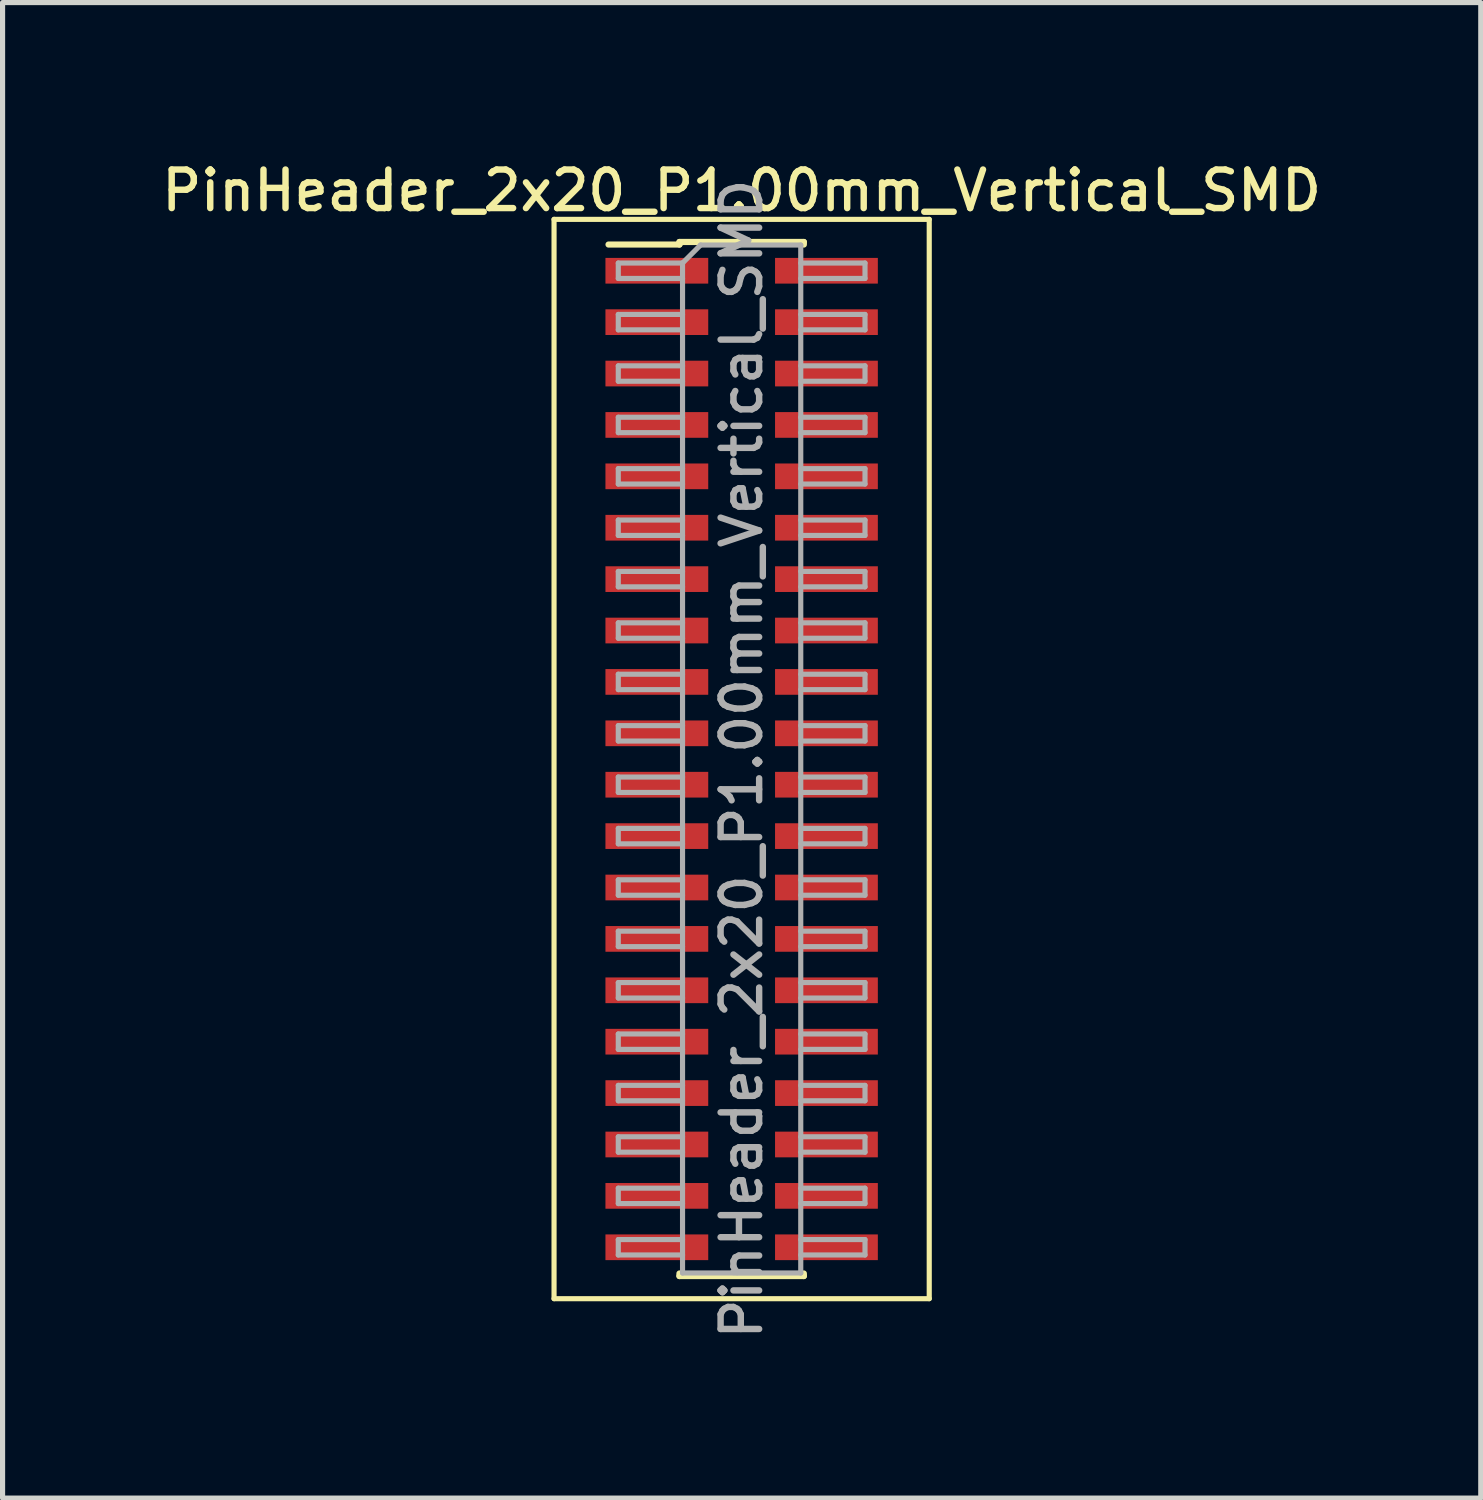
<source format=kicad_pcb>
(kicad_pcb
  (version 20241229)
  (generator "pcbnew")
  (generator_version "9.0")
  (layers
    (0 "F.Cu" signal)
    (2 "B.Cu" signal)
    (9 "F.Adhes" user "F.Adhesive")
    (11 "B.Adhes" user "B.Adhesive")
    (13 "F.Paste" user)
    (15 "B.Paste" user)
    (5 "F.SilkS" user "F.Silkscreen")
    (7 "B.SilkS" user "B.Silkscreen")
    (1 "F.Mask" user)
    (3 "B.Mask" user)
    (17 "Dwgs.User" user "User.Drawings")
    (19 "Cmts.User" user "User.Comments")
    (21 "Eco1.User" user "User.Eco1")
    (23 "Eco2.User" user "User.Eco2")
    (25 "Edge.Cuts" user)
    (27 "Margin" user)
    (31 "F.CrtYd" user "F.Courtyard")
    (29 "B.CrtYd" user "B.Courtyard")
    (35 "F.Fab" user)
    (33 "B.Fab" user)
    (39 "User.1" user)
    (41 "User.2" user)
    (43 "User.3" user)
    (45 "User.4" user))
  (footprint "PinHeader_2x20_P1.00mm_Vertical_SMD"
    (layer "F.Cu")
    (at 11.38 11.718)
    (property "Reference" "PinHeader_2x20_P1.00mm_Vertical_SMD" (at 0 -11.06 0) (layer "F.SilkS") (effects (font (size 0.75 0.75) (thickness 0.125))))
    (attr smd)
    (fp_line (start -3.65 -10.5) (end -3.65 10.5) (stroke (width 0.1) (type solid)) (layer "F.SilkS"))
    (fp_line (start -3.65 10.5) (end 3.65 10.5) (stroke (width 0.1) (type solid)) (layer "F.SilkS"))
    (fp_line (start -2.59 -10.01) (end -1.21 -10.01) (stroke (width 0.12) (type solid)) (layer "F.SilkS"))
    (fp_line (start -1.21 -10.06) (end -1.21 -10.01) (stroke (width 0.12) (type solid)) (layer "F.SilkS"))
    (fp_line (start -1.21 -10.06) (end 1.21 -10.06) (stroke (width 0.12) (type solid)) (layer "F.SilkS"))
    (fp_line (start -1.21 10.01) (end -1.21 10.06) (stroke (width 0.12) (type solid)) (layer "F.SilkS"))
    (fp_line (start -1.21 10.06) (end 1.21 10.06) (stroke (width 0.12) (type solid)) (layer "F.SilkS"))
    (fp_line (start 1.21 -10.06) (end 1.21 -10.01) (stroke (width 0.12) (type solid)) (layer "F.SilkS"))
    (fp_line (start 1.21 10.01) (end 1.21 10.06) (stroke (width 0.12) (type solid)) (layer "F.SilkS"))
    (fp_line (start 3.65 -10.5) (end -3.65 -10.5) (stroke (width 0.1) (type solid)) (layer "F.SilkS"))
    (fp_line (start 3.65 10.5) (end 3.65 -10.5) (stroke (width 0.1) (type solid)) (layer "F.SilkS"))
    (fp_line (start -2.4 -9.65) (end -2.4 -9.35) (stroke (width 0.1) (type solid)) (layer "F.Fab"))
    (fp_line (start -2.4 -9.35) (end -1.15 -9.35) (stroke (width 0.1) (type solid)) (layer "F.Fab"))
    (fp_line (start -2.4 -8.65) (end -2.4 -8.35) (stroke (width 0.1) (type solid)) (layer "F.Fab"))
    (fp_line (start -2.4 -8.35) (end -1.15 -8.35) (stroke (width 0.1) (type solid)) (layer "F.Fab"))
    (fp_line (start -2.4 -7.65) (end -2.4 -7.35) (stroke (width 0.1) (type solid)) (layer "F.Fab"))
    (fp_line (start -2.4 -7.35) (end -1.15 -7.35) (stroke (width 0.1) (type solid)) (layer "F.Fab"))
    (fp_line (start -2.4 -6.65) (end -2.4 -6.35) (stroke (width 0.1) (type solid)) (layer "F.Fab"))
    (fp_line (start -2.4 -6.35) (end -1.15 -6.35) (stroke (width 0.1) (type solid)) (layer "F.Fab"))
    (fp_line (start -2.4 -5.65) (end -2.4 -5.35) (stroke (width 0.1) (type solid)) (layer "F.Fab"))
    (fp_line (start -2.4 -5.35) (end -1.15 -5.35) (stroke (width 0.1) (type solid)) (layer "F.Fab"))
    (fp_line (start -2.4 -4.65) (end -2.4 -4.35) (stroke (width 0.1) (type solid)) (layer "F.Fab"))
    (fp_line (start -2.4 -4.35) (end -1.15 -4.35) (stroke (width 0.1) (type solid)) (layer "F.Fab"))
    (fp_line (start -2.4 -3.65) (end -2.4 -3.35) (stroke (width 0.1) (type solid)) (layer "F.Fab"))
    (fp_line (start -2.4 -3.35) (end -1.15 -3.35) (stroke (width 0.1) (type solid)) (layer "F.Fab"))
    (fp_line (start -2.4 -2.65) (end -2.4 -2.35) (stroke (width 0.1) (type solid)) (layer "F.Fab"))
    (fp_line (start -2.4 -2.35) (end -1.15 -2.35) (stroke (width 0.1) (type solid)) (layer "F.Fab"))
    (fp_line (start -2.4 -1.65) (end -2.4 -1.35) (stroke (width 0.1) (type solid)) (layer "F.Fab"))
    (fp_line (start -2.4 -1.35) (end -1.15 -1.35) (stroke (width 0.1) (type solid)) (layer "F.Fab"))
    (fp_line (start -2.4 -0.65) (end -2.4 -0.35) (stroke (width 0.1) (type solid)) (layer "F.Fab"))
    (fp_line (start -2.4 -0.35) (end -1.15 -0.35) (stroke (width 0.1) (type solid)) (layer "F.Fab"))
    (fp_line (start -2.4 0.35) (end -2.4 0.65) (stroke (width 0.1) (type solid)) (layer "F.Fab"))
    (fp_line (start -2.4 0.65) (end -1.15 0.65) (stroke (width 0.1) (type solid)) (layer "F.Fab"))
    (fp_line (start -2.4 1.35) (end -2.4 1.65) (stroke (width 0.1) (type solid)) (layer "F.Fab"))
    (fp_line (start -2.4 1.65) (end -1.15 1.65) (stroke (width 0.1) (type solid)) (layer "F.Fab"))
    (fp_line (start -2.4 2.35) (end -2.4 2.65) (stroke (width 0.1) (type solid)) (layer "F.Fab"))
    (fp_line (start -2.4 2.65) (end -1.15 2.65) (stroke (width 0.1) (type solid)) (layer "F.Fab"))
    (fp_line (start -2.4 3.35) (end -2.4 3.65) (stroke (width 0.1) (type solid)) (layer "F.Fab"))
    (fp_line (start -2.4 3.65) (end -1.15 3.65) (stroke (width 0.1) (type solid)) (layer "F.Fab"))
    (fp_line (start -2.4 4.35) (end -2.4 4.65) (stroke (width 0.1) (type solid)) (layer "F.Fab"))
    (fp_line (start -2.4 4.65) (end -1.15 4.65) (stroke (width 0.1) (type solid)) (layer "F.Fab"))
    (fp_line (start -2.4 5.35) (end -2.4 5.65) (stroke (width 0.1) (type solid)) (layer "F.Fab"))
    (fp_line (start -2.4 5.65) (end -1.15 5.65) (stroke (width 0.1) (type solid)) (layer "F.Fab"))
    (fp_line (start -2.4 6.35) (end -2.4 6.65) (stroke (width 0.1) (type solid)) (layer "F.Fab"))
    (fp_line (start -2.4 6.65) (end -1.15 6.65) (stroke (width 0.1) (type solid)) (layer "F.Fab"))
    (fp_line (start -2.4 7.35) (end -2.4 7.65) (stroke (width 0.1) (type solid)) (layer "F.Fab"))
    (fp_line (start -2.4 7.65) (end -1.15 7.65) (stroke (width 0.1) (type solid)) (layer "F.Fab"))
    (fp_line (start -2.4 8.35) (end -2.4 8.65) (stroke (width 0.1) (type solid)) (layer "F.Fab"))
    (fp_line (start -2.4 8.65) (end -1.15 8.65) (stroke (width 0.1) (type solid)) (layer "F.Fab"))
    (fp_line (start -2.4 9.35) (end -2.4 9.65) (stroke (width 0.1) (type solid)) (layer "F.Fab"))
    (fp_line (start -2.4 9.65) (end -1.15 9.65) (stroke (width 0.1) (type solid)) (layer "F.Fab"))
    (fp_line (start -1.15 -9.65) (end -2.4 -9.65) (stroke (width 0.1) (type solid)) (layer "F.Fab"))
    (fp_line (start -1.15 -9.65) (end -0.8 -10) (stroke (width 0.1) (type solid)) (layer "F.Fab"))
    (fp_line (start -1.15 -8.65) (end -2.4 -8.65) (stroke (width 0.1) (type solid)) (layer "F.Fab"))
    (fp_line (start -1.15 -7.65) (end -2.4 -7.65) (stroke (width 0.1) (type solid)) (layer "F.Fab"))
    (fp_line (start -1.15 -6.65) (end -2.4 -6.65) (stroke (width 0.1) (type solid)) (layer "F.Fab"))
    (fp_line (start -1.15 -5.65) (end -2.4 -5.65) (stroke (width 0.1) (type solid)) (layer "F.Fab"))
    (fp_line (start -1.15 -4.65) (end -2.4 -4.65) (stroke (width 0.1) (type solid)) (layer "F.Fab"))
    (fp_line (start -1.15 -3.65) (end -2.4 -3.65) (stroke (width 0.1) (type solid)) (layer "F.Fab"))
    (fp_line (start -1.15 -2.65) (end -2.4 -2.65) (stroke (width 0.1) (type solid)) (layer "F.Fab"))
    (fp_line (start -1.15 -1.65) (end -2.4 -1.65) (stroke (width 0.1) (type solid)) (layer "F.Fab"))
    (fp_line (start -1.15 -0.65) (end -2.4 -0.65) (stroke (width 0.1) (type solid)) (layer "F.Fab"))
    (fp_line (start -1.15 0.35) (end -2.4 0.35) (stroke (width 0.1) (type solid)) (layer "F.Fab"))
    (fp_line (start -1.15 1.35) (end -2.4 1.35) (stroke (width 0.1) (type solid)) (layer "F.Fab"))
    (fp_line (start -1.15 2.35) (end -2.4 2.35) (stroke (width 0.1) (type solid)) (layer "F.Fab"))
    (fp_line (start -1.15 3.35) (end -2.4 3.35) (stroke (width 0.1) (type solid)) (layer "F.Fab"))
    (fp_line (start -1.15 4.35) (end -2.4 4.35) (stroke (width 0.1) (type solid)) (layer "F.Fab"))
    (fp_line (start -1.15 5.35) (end -2.4 5.35) (stroke (width 0.1) (type solid)) (layer "F.Fab"))
    (fp_line (start -1.15 6.35) (end -2.4 6.35) (stroke (width 0.1) (type solid)) (layer "F.Fab"))
    (fp_line (start -1.15 7.35) (end -2.4 7.35) (stroke (width 0.1) (type solid)) (layer "F.Fab"))
    (fp_line (start -1.15 8.35) (end -2.4 8.35) (stroke (width 0.1) (type solid)) (layer "F.Fab"))
    (fp_line (start -1.15 9.35) (end -2.4 9.35) (stroke (width 0.1) (type solid)) (layer "F.Fab"))
    (fp_line (start -1.15 10) (end -1.15 -9.65) (stroke (width 0.1) (type solid)) (layer "F.Fab"))
    (fp_line (start -0.8 -10) (end 1.15 -10) (stroke (width 0.1) (type solid)) (layer "F.Fab"))
    (fp_line (start 1.15 -10) (end 1.15 10) (stroke (width 0.1) (type solid)) (layer "F.Fab"))
    (fp_line (start 1.15 -9.65) (end 2.4 -9.65) (stroke (width 0.1) (type solid)) (layer "F.Fab"))
    (fp_line (start 1.15 -8.65) (end 2.4 -8.65) (stroke (width 0.1) (type solid)) (layer "F.Fab"))
    (fp_line (start 1.15 -7.65) (end 2.4 -7.65) (stroke (width 0.1) (type solid)) (layer "F.Fab"))
    (fp_line (start 1.15 -6.65) (end 2.4 -6.65) (stroke (width 0.1) (type solid)) (layer "F.Fab"))
    (fp_line (start 1.15 -5.65) (end 2.4 -5.65) (stroke (width 0.1) (type solid)) (layer "F.Fab"))
    (fp_line (start 1.15 -4.65) (end 2.4 -4.65) (stroke (width 0.1) (type solid)) (layer "F.Fab"))
    (fp_line (start 1.15 -3.65) (end 2.4 -3.65) (stroke (width 0.1) (type solid)) (layer "F.Fab"))
    (fp_line (start 1.15 -2.65) (end 2.4 -2.65) (stroke (width 0.1) (type solid)) (layer "F.Fab"))
    (fp_line (start 1.15 -1.65) (end 2.4 -1.65) (stroke (width 0.1) (type solid)) (layer "F.Fab"))
    (fp_line (start 1.15 -0.65) (end 2.4 -0.65) (stroke (width 0.1) (type solid)) (layer "F.Fab"))
    (fp_line (start 1.15 0.35) (end 2.4 0.35) (stroke (width 0.1) (type solid)) (layer "F.Fab"))
    (fp_line (start 1.15 1.35) (end 2.4 1.35) (stroke (width 0.1) (type solid)) (layer "F.Fab"))
    (fp_line (start 1.15 2.35) (end 2.4 2.35) (stroke (width 0.1) (type solid)) (layer "F.Fab"))
    (fp_line (start 1.15 3.35) (end 2.4 3.35) (stroke (width 0.1) (type solid)) (layer "F.Fab"))
    (fp_line (start 1.15 4.35) (end 2.4 4.35) (stroke (width 0.1) (type solid)) (layer "F.Fab"))
    (fp_line (start 1.15 5.35) (end 2.4 5.35) (stroke (width 0.1) (type solid)) (layer "F.Fab"))
    (fp_line (start 1.15 6.35) (end 2.4 6.35) (stroke (width 0.1) (type solid)) (layer "F.Fab"))
    (fp_line (start 1.15 7.35) (end 2.4 7.35) (stroke (width 0.1) (type solid)) (layer "F.Fab"))
    (fp_line (start 1.15 8.35) (end 2.4 8.35) (stroke (width 0.1) (type solid)) (layer "F.Fab"))
    (fp_line (start 1.15 9.35) (end 2.4 9.35) (stroke (width 0.1) (type solid)) (layer "F.Fab"))
    (fp_line (start 1.15 10) (end -1.15 10) (stroke (width 0.1) (type solid)) (layer "F.Fab"))
    (fp_line (start 2.4 -9.65) (end 2.4 -9.35) (stroke (width 0.1) (type solid)) (layer "F.Fab"))
    (fp_line (start 2.4 -9.35) (end 1.15 -9.35) (stroke (width 0.1) (type solid)) (layer "F.Fab"))
    (fp_line (start 2.4 -8.65) (end 2.4 -8.35) (stroke (width 0.1) (type solid)) (layer "F.Fab"))
    (fp_line (start 2.4 -8.35) (end 1.15 -8.35) (stroke (width 0.1) (type solid)) (layer "F.Fab"))
    (fp_line (start 2.4 -7.65) (end 2.4 -7.35) (stroke (width 0.1) (type solid)) (layer "F.Fab"))
    (fp_line (start 2.4 -7.35) (end 1.15 -7.35) (stroke (width 0.1) (type solid)) (layer "F.Fab"))
    (fp_line (start 2.4 -6.65) (end 2.4 -6.35) (stroke (width 0.1) (type solid)) (layer "F.Fab"))
    (fp_line (start 2.4 -6.35) (end 1.15 -6.35) (stroke (width 0.1) (type solid)) (layer "F.Fab"))
    (fp_line (start 2.4 -5.65) (end 2.4 -5.35) (stroke (width 0.1) (type solid)) (layer "F.Fab"))
    (fp_line (start 2.4 -5.35) (end 1.15 -5.35) (stroke (width 0.1) (type solid)) (layer "F.Fab"))
    (fp_line (start 2.4 -4.65) (end 2.4 -4.35) (stroke (width 0.1) (type solid)) (layer "F.Fab"))
    (fp_line (start 2.4 -4.35) (end 1.15 -4.35) (stroke (width 0.1) (type solid)) (layer "F.Fab"))
    (fp_line (start 2.4 -3.65) (end 2.4 -3.35) (stroke (width 0.1) (type solid)) (layer "F.Fab"))
    (fp_line (start 2.4 -3.35) (end 1.15 -3.35) (stroke (width 0.1) (type solid)) (layer "F.Fab"))
    (fp_line (start 2.4 -2.65) (end 2.4 -2.35) (stroke (width 0.1) (type solid)) (layer "F.Fab"))
    (fp_line (start 2.4 -2.35) (end 1.15 -2.35) (stroke (width 0.1) (type solid)) (layer "F.Fab"))
    (fp_line (start 2.4 -1.65) (end 2.4 -1.35) (stroke (width 0.1) (type solid)) (layer "F.Fab"))
    (fp_line (start 2.4 -1.35) (end 1.15 -1.35) (stroke (width 0.1) (type solid)) (layer "F.Fab"))
    (fp_line (start 2.4 -0.65) (end 2.4 -0.35) (stroke (width 0.1) (type solid)) (layer "F.Fab"))
    (fp_line (start 2.4 -0.35) (end 1.15 -0.35) (stroke (width 0.1) (type solid)) (layer "F.Fab"))
    (fp_line (start 2.4 0.35) (end 2.4 0.65) (stroke (width 0.1) (type solid)) (layer "F.Fab"))
    (fp_line (start 2.4 0.65) (end 1.15 0.65) (stroke (width 0.1) (type solid)) (layer "F.Fab"))
    (fp_line (start 2.4 1.35) (end 2.4 1.65) (stroke (width 0.1) (type solid)) (layer "F.Fab"))
    (fp_line (start 2.4 1.65) (end 1.15 1.65) (stroke (width 0.1) (type solid)) (layer "F.Fab"))
    (fp_line (start 2.4 2.35) (end 2.4 2.65) (stroke (width 0.1) (type solid)) (layer "F.Fab"))
    (fp_line (start 2.4 2.65) (end 1.15 2.65) (stroke (width 0.1) (type solid)) (layer "F.Fab"))
    (fp_line (start 2.4 3.35) (end 2.4 3.65) (stroke (width 0.1) (type solid)) (layer "F.Fab"))
    (fp_line (start 2.4 3.65) (end 1.15 3.65) (stroke (width 0.1) (type solid)) (layer "F.Fab"))
    (fp_line (start 2.4 4.35) (end 2.4 4.65) (stroke (width 0.1) (type solid)) (layer "F.Fab"))
    (fp_line (start 2.4 4.65) (end 1.15 4.65) (stroke (width 0.1) (type solid)) (layer "F.Fab"))
    (fp_line (start 2.4 5.35) (end 2.4 5.65) (stroke (width 0.1) (type solid)) (layer "F.Fab"))
    (fp_line (start 2.4 5.65) (end 1.15 5.65) (stroke (width 0.1) (type solid)) (layer "F.Fab"))
    (fp_line (start 2.4 6.35) (end 2.4 6.65) (stroke (width 0.1) (type solid)) (layer "F.Fab"))
    (fp_line (start 2.4 6.65) (end 1.15 6.65) (stroke (width 0.1) (type solid)) (layer "F.Fab"))
    (fp_line (start 2.4 7.35) (end 2.4 7.65) (stroke (width 0.1) (type solid)) (layer "F.Fab"))
    (fp_line (start 2.4 7.65) (end 1.15 7.65) (stroke (width 0.1) (type solid)) (layer "F.Fab"))
    (fp_line (start 2.4 8.35) (end 2.4 8.65) (stroke (width 0.1) (type solid)) (layer "F.Fab"))
    (fp_line (start 2.4 8.65) (end 1.15 8.65) (stroke (width 0.1) (type solid)) (layer "F.Fab"))
    (fp_line (start 2.4 9.35) (end 2.4 9.65) (stroke (width 0.1) (type solid)) (layer "F.Fab"))
    (fp_line (start 2.4 9.65) (end 1.15 9.65) (stroke (width 0.1) (type solid)) (layer "F.Fab"))
    (fp_text user "${REFERENCE}" (at 0 0 90) (layer "F.Fab") (effects (font (size 0.75 0.75) (thickness 0.125))))
    (pad "1" smd rect (at -1.65 -9.5) (size 2 0.5) (layers "F.Cu" "F.Mask" "F.Paste"))
    (pad "2" smd rect (at 1.65 -9.5) (size 2 0.5) (layers "F.Cu" "F.Mask" "F.Paste"))
    (pad "3" smd rect (at -1.65 -8.5) (size 2 0.5) (layers "F.Cu" "F.Mask" "F.Paste"))
    (pad "4" smd rect (at 1.65 -8.5) (size 2 0.5) (layers "F.Cu" "F.Mask" "F.Paste"))
    (pad "5" smd rect (at -1.65 -7.5) (size 2 0.5) (layers "F.Cu" "F.Mask" "F.Paste"))
    (pad "6" smd rect (at 1.65 -7.5) (size 2 0.5) (layers "F.Cu" "F.Mask" "F.Paste"))
    (pad "7" smd rect (at -1.65 -6.5) (size 2 0.5) (layers "F.Cu" "F.Mask" "F.Paste"))
    (pad "8" smd rect (at 1.65 -6.5) (size 2 0.5) (layers "F.Cu" "F.Mask" "F.Paste"))
    (pad "9" smd rect (at -1.65 -5.5) (size 2 0.5) (layers "F.Cu" "F.Mask" "F.Paste"))
    (pad "10" smd rect (at 1.65 -5.5) (size 2 0.5) (layers "F.Cu" "F.Mask" "F.Paste"))
    (pad "11" smd rect (at -1.65 -4.5) (size 2 0.5) (layers "F.Cu" "F.Mask" "F.Paste"))
    (pad "12" smd rect (at 1.65 -4.5) (size 2 0.5) (layers "F.Cu" "F.Mask" "F.Paste"))
    (pad "13" smd rect (at -1.65 -3.5) (size 2 0.5) (layers "F.Cu" "F.Mask" "F.Paste"))
    (pad "14" smd rect (at 1.65 -3.5) (size 2 0.5) (layers "F.Cu" "F.Mask" "F.Paste"))
    (pad "15" smd rect (at -1.65 -2.5) (size 2 0.5) (layers "F.Cu" "F.Mask" "F.Paste"))
    (pad "16" smd rect (at 1.65 -2.5) (size 2 0.5) (layers "F.Cu" "F.Mask" "F.Paste"))
    (pad "17" smd rect (at -1.65 -1.5) (size 2 0.5) (layers "F.Cu" "F.Mask" "F.Paste"))
    (pad "18" smd rect (at 1.65 -1.5) (size 2 0.5) (layers "F.Cu" "F.Mask" "F.Paste"))
    (pad "19" smd rect (at -1.65 -0.5) (size 2 0.5) (layers "F.Cu" "F.Mask" "F.Paste"))
    (pad "20" smd rect (at 1.65 -0.5) (size 2 0.5) (layers "F.Cu" "F.Mask" "F.Paste"))
    (pad "21" smd rect (at -1.65 0.5) (size 2 0.5) (layers "F.Cu" "F.Mask" "F.Paste"))
    (pad "22" smd rect (at 1.65 0.5) (size 2 0.5) (layers "F.Cu" "F.Mask" "F.Paste"))
    (pad "23" smd rect (at -1.65 1.5) (size 2 0.5) (layers "F.Cu" "F.Mask" "F.Paste"))
    (pad "24" smd rect (at 1.65 1.5) (size 2 0.5) (layers "F.Cu" "F.Mask" "F.Paste"))
    (pad "25" smd rect (at -1.65 2.5) (size 2 0.5) (layers "F.Cu" "F.Mask" "F.Paste"))
    (pad "26" smd rect (at 1.65 2.5) (size 2 0.5) (layers "F.Cu" "F.Mask" "F.Paste"))
    (pad "27" smd rect (at -1.65 3.5) (size 2 0.5) (layers "F.Cu" "F.Mask" "F.Paste"))
    (pad "28" smd rect (at 1.65 3.5) (size 2 0.5) (layers "F.Cu" "F.Mask" "F.Paste"))
    (pad "29" smd rect (at -1.65 4.5) (size 2 0.5) (layers "F.Cu" "F.Mask" "F.Paste"))
    (pad "30" smd rect (at 1.65 4.5) (size 2 0.5) (layers "F.Cu" "F.Mask" "F.Paste"))
    (pad "31" smd rect (at -1.65 5.5) (size 2 0.5) (layers "F.Cu" "F.Mask" "F.Paste"))
    (pad "32" smd rect (at 1.65 5.5) (size 2 0.5) (layers "F.Cu" "F.Mask" "F.Paste"))
    (pad "33" smd rect (at -1.65 6.5) (size 2 0.5) (layers "F.Cu" "F.Mask" "F.Paste"))
    (pad "34" smd rect (at 1.65 6.5) (size 2 0.5) (layers "F.Cu" "F.Mask" "F.Paste"))
    (pad "35" smd rect (at -1.65 7.5) (size 2 0.5) (layers "F.Cu" "F.Mask" "F.Paste"))
    (pad "36" smd rect (at 1.65 7.5) (size 2 0.5) (layers "F.Cu" "F.Mask" "F.Paste"))
    (pad "37" smd rect (at -1.65 8.5) (size 2 0.5) (layers "F.Cu" "F.Mask" "F.Paste"))
    (pad "38" smd rect (at 1.65 8.5) (size 2 0.5) (layers "F.Cu" "F.Mask" "F.Paste"))
    (pad "39" smd rect (at -1.65 9.5) (size 2 0.5) (layers "F.Cu" "F.Mask" "F.Paste"))
    (pad "40" smd rect (at 1.65 9.5) (size 2 0.5) (layers "F.Cu" "F.Mask" "F.Paste")))
  (gr_rect
    (start -3 -3)
    (end 25.761 26.098)
    (stroke (width 0.1) (type default))
    (fill no)
    (layer "Edge.Cuts")))
</source>
